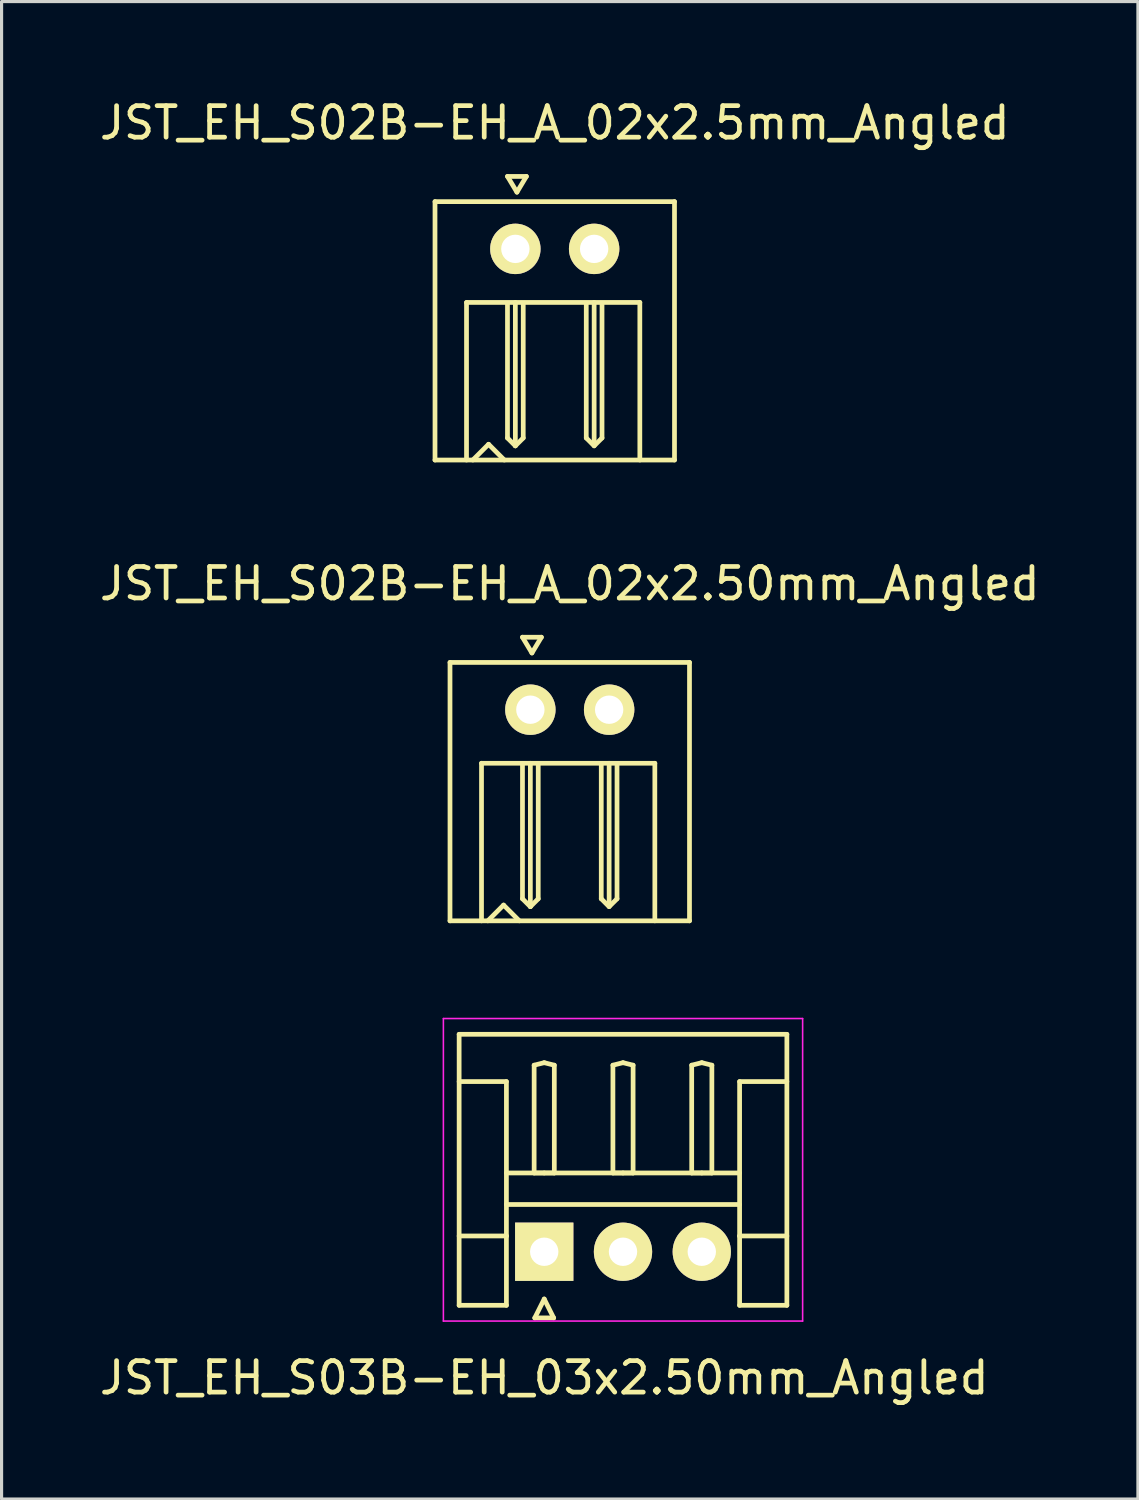
<source format=kicad_pcb>
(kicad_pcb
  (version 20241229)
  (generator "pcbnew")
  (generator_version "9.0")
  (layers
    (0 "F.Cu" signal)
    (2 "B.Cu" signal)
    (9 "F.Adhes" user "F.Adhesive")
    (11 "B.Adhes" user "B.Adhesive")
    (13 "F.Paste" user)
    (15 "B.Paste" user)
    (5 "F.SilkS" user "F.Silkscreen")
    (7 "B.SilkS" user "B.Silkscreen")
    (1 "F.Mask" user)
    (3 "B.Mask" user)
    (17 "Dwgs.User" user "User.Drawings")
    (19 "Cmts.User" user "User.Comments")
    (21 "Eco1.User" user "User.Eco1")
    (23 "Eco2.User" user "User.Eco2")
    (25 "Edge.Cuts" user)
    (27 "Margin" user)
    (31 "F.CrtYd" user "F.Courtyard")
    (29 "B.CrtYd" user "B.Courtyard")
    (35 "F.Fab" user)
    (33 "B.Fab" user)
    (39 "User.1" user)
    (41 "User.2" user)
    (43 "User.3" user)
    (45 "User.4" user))
  (footprint "JST_EH_S03B-EH_03x2.50mm_Angled"
    (layer "F.Cu")
    (at 14.22 36.672)
    (property "Reference" "JST_EH_S03B-EH_03x2.50mm_Angled" (at 0 4 0) (layer "F.SilkS") (effects (font (size 1 1) (thickness 0.15))))
    (attr through_hole)
    (fp_line (start -2.7 -6.9) (end 7.7 -6.9) (stroke (width 0.15) (type solid)) (layer "F.SilkS"))
    (fp_line (start -2.7 -5.4) (end -1.2 -5.4) (stroke (width 0.15) (type solid)) (layer "F.SilkS"))
    (fp_line (start -2.7 1.7) (end -2.7 -6.9) (stroke (width 0.15) (type solid)) (layer "F.SilkS"))
    (fp_line (start -1.2 -5.4) (end -1.2 -0.5) (stroke (width 0.15) (type solid)) (layer "F.SilkS"))
    (fp_line (start -1.2 -2.5) (end 6.2 -2.5) (stroke (width 0.15) (type solid)) (layer "F.SilkS"))
    (fp_line (start -1.2 -1.5) (end 6.2 -1.5) (stroke (width 0.15) (type solid)) (layer "F.SilkS"))
    (fp_line (start -1.2 -0.5) (end -2.7 -0.5) (stroke (width 0.15) (type solid)) (layer "F.SilkS"))
    (fp_line (start -1.2 -0.5) (end -1.2 1.7) (stroke (width 0.15) (type solid)) (layer "F.SilkS"))
    (fp_line (start -1.2 1.7) (end -2.7 1.7) (stroke (width 0.15) (type solid)) (layer "F.SilkS"))
    (fp_line (start -0.32 -5.92) (end 0 -6) (stroke (width 0.15) (type solid)) (layer "F.SilkS"))
    (fp_line (start -0.32 -2.5) (end -0.32 -5.92) (stroke (width 0.15) (type solid)) (layer "F.SilkS"))
    (fp_line (start -0.3 2.1) (end 0.3 2.1) (stroke (width 0.15) (type solid)) (layer "F.SilkS"))
    (fp_line (start 0 -6) (end 0.32 -5.92) (stroke (width 0.15) (type solid)) (layer "F.SilkS"))
    (fp_line (start 0 -2.5) (end -0.32 -2.5) (stroke (width 0.15) (type solid)) (layer "F.SilkS"))
    (fp_line (start 0 1.5) (end -0.3 2.1) (stroke (width 0.15) (type solid)) (layer "F.SilkS"))
    (fp_line (start 0.3 2.1) (end 0 1.5) (stroke (width 0.15) (type solid)) (layer "F.SilkS"))
    (fp_line (start 0.32 -5.92) (end 0.32 -2.5) (stroke (width 0.15) (type solid)) (layer "F.SilkS"))
    (fp_line (start 0.32 -2.5) (end 0 -2.5) (stroke (width 0.15) (type solid)) (layer "F.SilkS"))
    (fp_line (start 2.18 -5.92) (end 2.5 -6) (stroke (width 0.15) (type solid)) (layer "F.SilkS"))
    (fp_line (start 2.18 -2.5) (end 2.18 -5.92) (stroke (width 0.15) (type solid)) (layer "F.SilkS"))
    (fp_line (start 2.5 -6) (end 2.82 -5.92) (stroke (width 0.15) (type solid)) (layer "F.SilkS"))
    (fp_line (start 2.5 -2.5) (end 2.18 -2.5) (stroke (width 0.15) (type solid)) (layer "F.SilkS"))
    (fp_line (start 2.82 -5.92) (end 2.82 -2.5) (stroke (width 0.15) (type solid)) (layer "F.SilkS"))
    (fp_line (start 2.82 -2.5) (end 2.5 -2.5) (stroke (width 0.15) (type solid)) (layer "F.SilkS"))
    (fp_line (start 4.68 -5.92) (end 5 -6) (stroke (width 0.15) (type solid)) (layer "F.SilkS"))
    (fp_line (start 4.68 -2.5) (end 4.68 -5.92) (stroke (width 0.15) (type solid)) (layer "F.SilkS"))
    (fp_line (start 5 -6) (end 5.32 -5.92) (stroke (width 0.15) (type solid)) (layer "F.SilkS"))
    (fp_line (start 5 -2.5) (end 4.68 -2.5) (stroke (width 0.15) (type solid)) (layer "F.SilkS"))
    (fp_line (start 5.32 -5.92) (end 5.32 -2.5) (stroke (width 0.15) (type solid)) (layer "F.SilkS"))
    (fp_line (start 5.32 -2.5) (end 5 -2.5) (stroke (width 0.15) (type solid)) (layer "F.SilkS"))
    (fp_line (start 6.2 -5.4) (end 6.2 -0.5) (stroke (width 0.15) (type solid)) (layer "F.SilkS"))
    (fp_line (start 6.2 -0.5) (end 7.7 -0.5) (stroke (width 0.15) (type solid)) (layer "F.SilkS"))
    (fp_line (start 6.2 1.7) (end 6.2 -0.5) (stroke (width 0.15) (type solid)) (layer "F.SilkS"))
    (fp_line (start 7.7 -6.9) (end 7.7 1.7) (stroke (width 0.15) (type solid)) (layer "F.SilkS"))
    (fp_line (start 7.7 -5.4) (end 6.2 -5.4) (stroke (width 0.15) (type solid)) (layer "F.SilkS"))
    (fp_line (start 7.7 1.7) (end 6.2 1.7) (stroke (width 0.15) (type solid)) (layer "F.SilkS"))
    (fp_line (start -3.2 -7.4) (end -3.2 2.2) (stroke (width 0.05) (type solid)) (layer "F.CrtYd"))
    (fp_line (start -3.2 2.2) (end 8.2 2.2) (stroke (width 0.05) (type solid)) (layer "F.CrtYd"))
    (fp_line (start 8.2 -7.4) (end -3.2 -7.4) (stroke (width 0.05) (type solid)) (layer "F.CrtYd"))
    (fp_line (start 8.2 2.2) (end 8.2 -7.4) (stroke (width 0.05) (type solid)) (layer "F.CrtYd"))
    (pad "1" thru_hole rect (at 0 0) (size 1.85 1.85) (drill 0.9) (layers "*.Cu" "*.Mask" "F.SilkS"))
    (pad "2" thru_hole circle (at 2.5 0) (size 1.85 1.85) (drill 0.9) (layers "*.Cu" "*.Mask" "F.SilkS"))
    (pad "3" thru_hole circle (at 5 0) (size 1.85 1.85) (drill 0.9) (layers "*.Cu" "*.Mask" "F.SilkS")))
  (footprint "JST_EH_S02B-EH_A_02x2.5mm_Angled"
    (layer "F.Cu")
    (at 14.554 4.848)
    (property "Reference" "JST_EH_S02B-EH_A_02x2.5mm_Angled" (at 0 -4 0) (layer "F.SilkS") (effects (font (size 1 1) (thickness 0.15))))
    (attr through_hole)
    (fp_line (start -3.8 -1.5) (end -3.8 6.7) (stroke (width 0.15) (type solid)) (layer "F.SilkS"))
    (fp_line (start -3.8 -1.5) (end 3.8 -1.5) (stroke (width 0.15) (type solid)) (layer "F.SilkS"))
    (fp_line (start -2.8 1.7) (end -2.8 6.7) (stroke (width 0.15) (type solid)) (layer "F.SilkS"))
    (fp_line (start -2.1 6.2) (end -2.6 6.7) (stroke (width 0.15) (type solid)) (layer "F.SilkS"))
    (fp_line (start -2.1 6.2) (end -1.6 6.7) (stroke (width 0.15) (type solid)) (layer "F.SilkS"))
    (fp_line (start -1.5 -2.3) (end -1.2 -1.8) (stroke (width 0.15) (type solid)) (layer "F.SilkS"))
    (fp_line (start -1.5 6) (end -1.5 1.75) (stroke (width 0.15) (type solid)) (layer "F.SilkS"))
    (fp_line (start -1.25 6.25) (end -1.5 6) (stroke (width 0.15) (type solid)) (layer "F.SilkS"))
    (fp_line (start -1.25 6.25) (end -1.25 1.7) (stroke (width 0.15) (type solid)) (layer "F.SilkS"))
    (fp_line (start -1.2 -1.8) (end -0.9 -2.3) (stroke (width 0.15) (type solid)) (layer "F.SilkS"))
    (fp_line (start -1 1.75) (end -1 6) (stroke (width 0.15) (type solid)) (layer "F.SilkS"))
    (fp_line (start -1 6) (end -1.25 6.25) (stroke (width 0.15) (type solid)) (layer "F.SilkS"))
    (fp_line (start -0.9 -2.3) (end -1.5 -2.3) (stroke (width 0.15) (type solid)) (layer "F.SilkS"))
    (fp_line (start 1 1.75) (end 1 6) (stroke (width 0.15) (type solid)) (layer "F.SilkS"))
    (fp_line (start 1 6) (end 1.25 6.25) (stroke (width 0.15) (type solid)) (layer "F.SilkS"))
    (fp_line (start 1.25 6.2) (end 1.25 1.7) (stroke (width 0.15) (type solid)) (layer "F.SilkS"))
    (fp_line (start 1.25 6.25) (end 1.5 6) (stroke (width 0.15) (type solid)) (layer "F.SilkS"))
    (fp_line (start 1.5 6) (end 1.5 1.75) (stroke (width 0.15) (type solid)) (layer "F.SilkS"))
    (fp_line (start 2.7 1.7) (end -2.8 1.7) (stroke (width 0.15) (type solid)) (layer "F.SilkS"))
    (fp_line (start 2.7 1.7) (end 2.7 6.7) (stroke (width 0.15) (type solid)) (layer "F.SilkS"))
    (fp_line (start 3.8 -1.5) (end 3.8 6.7) (stroke (width 0.15) (type solid)) (layer "F.SilkS"))
    (fp_line (start 3.8 6.7) (end -3.8 6.7) (stroke (width 0.15) (type solid)) (layer "F.SilkS"))
    (pad "1" thru_hole circle (at -1.25 0) (size 1.6 1.6) (drill 0.9) (layers "*.Cu" "*.Mask" "F.SilkS"))
    (pad "2" thru_hole circle (at 1.25 0) (size 1.6 1.6) (drill 0.9) (layers "*.Cu" "*.Mask" "F.SilkS")))
  (footprint "JST_EH_S02B-EH_A_02x2.50mm_Angled"
    (layer "F.Cu")
    (at 15.03 19.471)
    (property "Reference" "JST_EH_S02B-EH_A_02x2.50mm_Angled" (at 0 -4 0) (layer "F.SilkS") (effects (font (size 1 1) (thickness 0.15))))
    (attr through_hole)
    (fp_line (start -3.8 -1.5) (end -3.8 6.7) (stroke (width 0.15) (type solid)) (layer "F.SilkS"))
    (fp_line (start -3.8 -1.5) (end 3.8 -1.5) (stroke (width 0.15) (type solid)) (layer "F.SilkS"))
    (fp_line (start -2.8 1.7) (end -2.8 6.7) (stroke (width 0.15) (type solid)) (layer "F.SilkS"))
    (fp_line (start -2.1 6.2) (end -2.6 6.7) (stroke (width 0.15) (type solid)) (layer "F.SilkS"))
    (fp_line (start -2.1 6.2) (end -1.6 6.7) (stroke (width 0.15) (type solid)) (layer "F.SilkS"))
    (fp_line (start -1.5 -2.3) (end -1.2 -1.8) (stroke (width 0.15) (type solid)) (layer "F.SilkS"))
    (fp_line (start -1.5 6) (end -1.5 1.75) (stroke (width 0.15) (type solid)) (layer "F.SilkS"))
    (fp_line (start -1.25 6.25) (end -1.5 6) (stroke (width 0.15) (type solid)) (layer "F.SilkS"))
    (fp_line (start -1.25 6.25) (end -1.25 1.7) (stroke (width 0.15) (type solid)) (layer "F.SilkS"))
    (fp_line (start -1.2 -1.8) (end -0.9 -2.3) (stroke (width 0.15) (type solid)) (layer "F.SilkS"))
    (fp_line (start -1 1.75) (end -1 6) (stroke (width 0.15) (type solid)) (layer "F.SilkS"))
    (fp_line (start -1 6) (end -1.25 6.25) (stroke (width 0.15) (type solid)) (layer "F.SilkS"))
    (fp_line (start -0.9 -2.3) (end -1.5 -2.3) (stroke (width 0.15) (type solid)) (layer "F.SilkS"))
    (fp_line (start 1 1.75) (end 1 6) (stroke (width 0.15) (type solid)) (layer "F.SilkS"))
    (fp_line (start 1 6) (end 1.25 6.25) (stroke (width 0.15) (type solid)) (layer "F.SilkS"))
    (fp_line (start 1.25 6.2) (end 1.25 1.7) (stroke (width 0.15) (type solid)) (layer "F.SilkS"))
    (fp_line (start 1.25 6.25) (end 1.5 6) (stroke (width 0.15) (type solid)) (layer "F.SilkS"))
    (fp_line (start 1.5 6) (end 1.5 1.75) (stroke (width 0.15) (type solid)) (layer "F.SilkS"))
    (fp_line (start 2.7 1.7) (end -2.8 1.7) (stroke (width 0.15) (type solid)) (layer "F.SilkS"))
    (fp_line (start 2.7 1.7) (end 2.7 6.7) (stroke (width 0.15) (type solid)) (layer "F.SilkS"))
    (fp_line (start 3.8 -1.5) (end 3.8 6.7) (stroke (width 0.15) (type solid)) (layer "F.SilkS"))
    (fp_line (start 3.8 6.7) (end -3.8 6.7) (stroke (width 0.15) (type solid)) (layer "F.SilkS"))
    (pad "1" thru_hole circle (at -1.25 0) (size 1.6 1.6) (drill 0.9) (layers "*.Cu" "*.Mask" "F.SilkS"))
    (pad "2" thru_hole circle (at 1.25 0) (size 1.6 1.6) (drill 0.9) (layers "*.Cu" "*.Mask" "F.SilkS")))
  (gr_rect
    (start -3 -3)
    (end 33.06 44.52)
    (stroke (width 0.1) (type default))
    (fill no)
    (layer "Edge.Cuts")))
</source>
